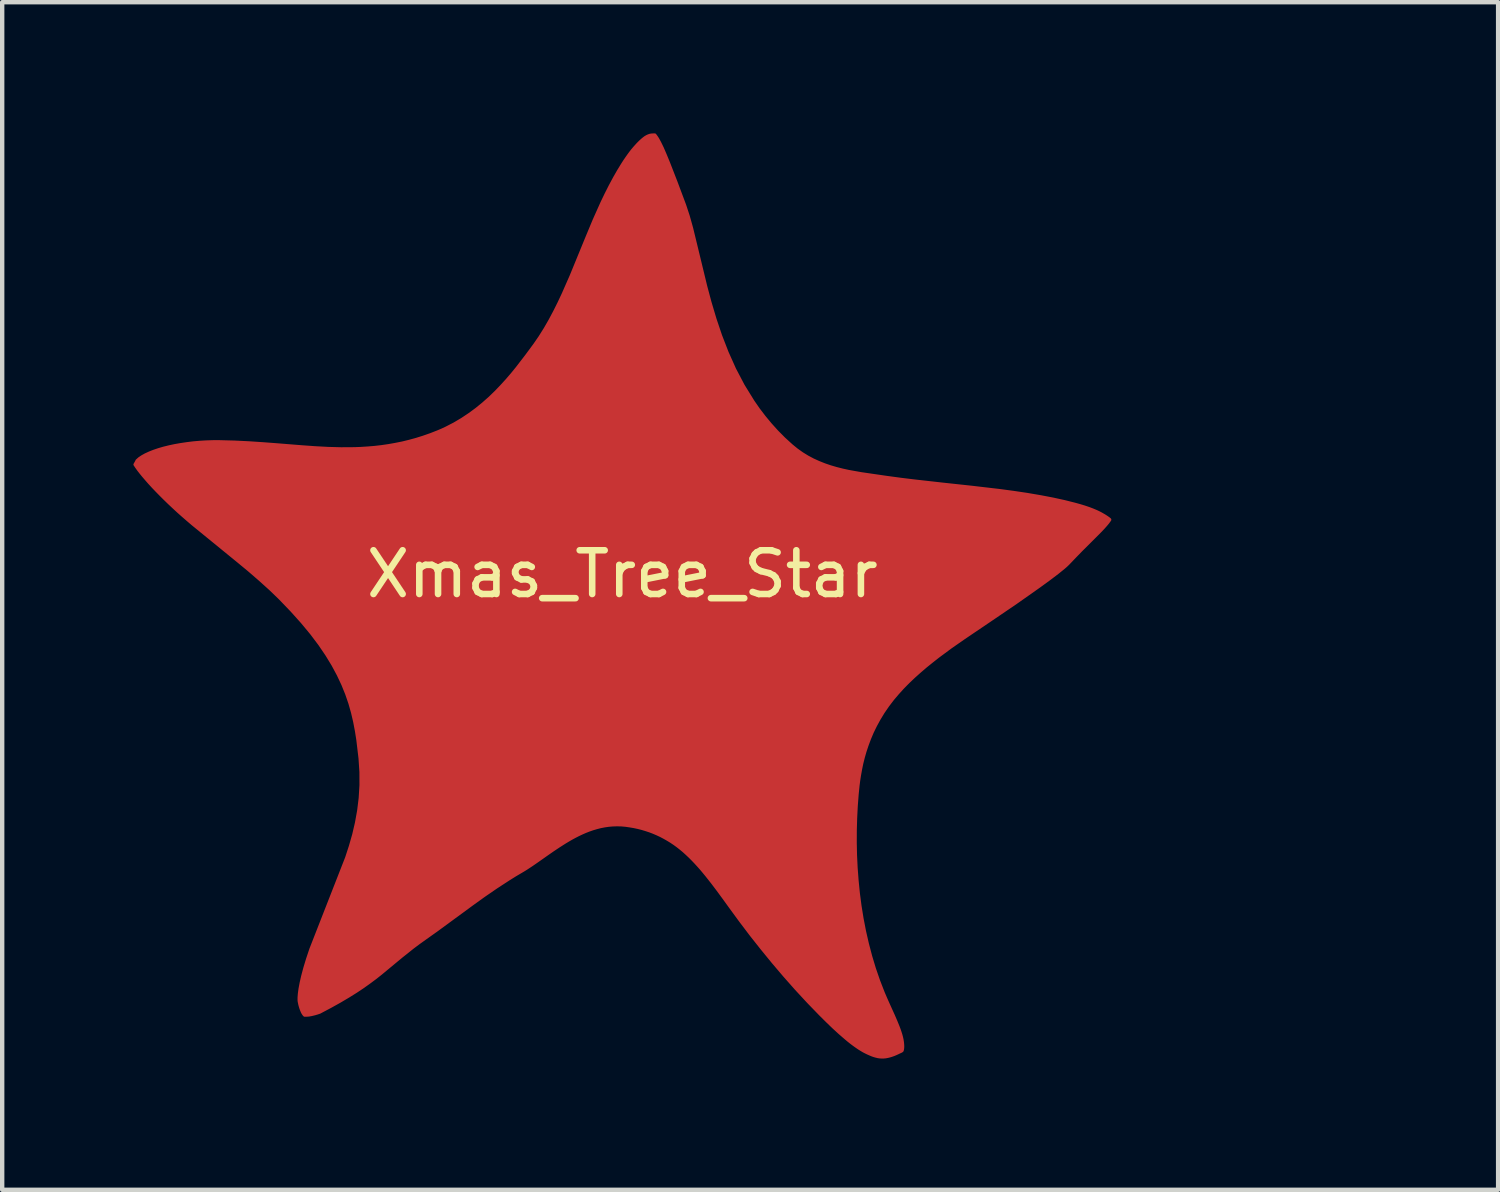
<source format=kicad_pcb>
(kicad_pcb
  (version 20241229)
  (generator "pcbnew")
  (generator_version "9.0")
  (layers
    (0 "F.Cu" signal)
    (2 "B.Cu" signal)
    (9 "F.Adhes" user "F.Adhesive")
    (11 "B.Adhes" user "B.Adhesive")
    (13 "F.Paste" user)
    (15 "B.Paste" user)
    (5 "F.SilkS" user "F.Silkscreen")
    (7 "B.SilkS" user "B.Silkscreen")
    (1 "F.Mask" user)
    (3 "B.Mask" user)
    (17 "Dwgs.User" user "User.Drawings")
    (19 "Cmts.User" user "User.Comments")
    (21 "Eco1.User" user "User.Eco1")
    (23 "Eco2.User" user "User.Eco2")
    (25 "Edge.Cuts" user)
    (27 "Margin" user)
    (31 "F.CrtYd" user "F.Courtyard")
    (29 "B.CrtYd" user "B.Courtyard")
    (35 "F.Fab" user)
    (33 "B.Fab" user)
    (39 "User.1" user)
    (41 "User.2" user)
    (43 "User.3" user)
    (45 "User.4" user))
  (footprint "Xmas_Tree_Star"
    (layer "F.Cu")
    (at 11.178 10.574)
    (property "Reference" "Xmas_Tree_Star" (at 0 -0.5 0) (unlocked yes) (layer "F.SilkS") (effects (font (size 1 1) (thickness 0.15))))
    (attr board_only exclude_from_pos_files exclude_from_bom allow_missing_courtyard)
    (fp_poly (pts (xy 11.14 -1.744) (xy 11.139 -1.743) (xy 11.139 -1.743) (xy 11.139 -1.743) (xy 11.139 -1.743) (xy 11.139 -1.743) (xy 11.139 -1.743) (xy 11.139 -1.743) (xy 11.139 -1.743) (xy 11.139 -1.743) (xy 11.14 -1.744) (xy 11.14 -1.744)) (stroke (width 0.076) (type solid)) (fill yes) (layer "F.Cu"))
    (fp_poly (pts (xy 16.981 3.912) (xy 16.98 3.913) (xy 16.98 3.913) (xy 16.98 3.913) (xy 16.98 3.913) (xy 16.98 3.913) (xy 16.98 3.913) (xy 16.98 3.913) (xy 16.98 3.913) (xy 16.98 3.913) (xy 16.981 3.912) (xy 16.981 3.912)) (stroke (width 0.076) (type solid)) (fill yes) (layer "F.Cu"))
    (fp_poly (pts (xy 0.729 -10.536) (xy 0.732 -10.536) (xy 0.741 -10.536) (xy 0.752 -10.52) (xy 0.759 -10.512) (xy 0.765 -10.503) (xy 0.773 -10.492) (xy 0.781 -10.48) (xy 0.791 -10.465) (xy 0.802 -10.448) (xy 0.85 -10.36) (xy 0.909 -10.239) (xy 0.975 -10.086) (xy 1.05 -9.904) (xy 1.222 -9.462) (xy 1.421 -8.93) (xy 1.502 -8.684) (xy 1.579 -8.409) (xy 1.731 -7.783) (xy 1.901 -7.081) (xy 2 -6.711) (xy 2.113 -6.332) (xy 2.242 -5.949) (xy 2.391 -5.565) (xy 2.562 -5.183) (xy 2.759 -4.808) (xy 2.985 -4.442) (xy 3.109 -4.263) (xy 3.242 -4.089) (xy 3.384 -3.918) (xy 3.534 -3.752) (xy 3.694 -3.591) (xy 3.864 -3.436) (xy 3.983 -3.339) (xy 4.104 -3.253) (xy 4.229 -3.176) (xy 4.357 -3.108) (xy 4.487 -3.049) (xy 4.62 -2.996) (xy 4.755 -2.95) (xy 4.892 -2.91) (xy 5.03 -2.875) (xy 5.171 -2.844) (xy 5.456 -2.793) (xy 6.04 -2.708) (xy 6.35 -2.666) (xy 6.668 -2.627) (xy 7.319 -2.554) (xy 7.978 -2.483) (xy 8.629 -2.407) (xy 8.947 -2.364) (xy 9.256 -2.318) (xy 9.554 -2.267) (xy 9.837 -2.213) (xy 10.102 -2.155) (xy 10.344 -2.094) (xy 10.456 -2.063) (xy 10.561 -2.031) (xy 10.659 -1.998) (xy 10.749 -1.964) (xy 10.789 -1.947) (xy 10.828 -1.931) (xy 10.864 -1.914) (xy 10.899 -1.897) (xy 10.932 -1.88) (xy 10.962 -1.863) (xy 10.99 -1.847) (xy 11.016 -1.832) (xy 11.04 -1.817) (xy 11.061 -1.803) (xy 11.081 -1.79) (xy 11.097 -1.778) (xy 11.112 -1.768) (xy 11.123 -1.758) (xy 11.133 -1.751) (xy 11.139 -1.745) (xy 11.139 -1.745) (xy 11.139 -1.745) (xy 11.139 -1.745) (xy 11.139 -1.745) (xy 11.139 -1.745) (xy 11.139 -1.745) (xy 11.139 -1.744) (xy 11.139 -1.744) (xy 11.139 -1.743) (xy 11.137 -1.741) (xy 11.124 -1.721) (xy 11.111 -1.704) (xy 11.095 -1.682) (xy 11.074 -1.656) (xy 11.047 -1.624) (xy 10.992 -1.562) (xy 10.92 -1.486) (xy 10.727 -1.293) (xy 10.48 -1.046) (xy 10.34 -0.902) (xy 10.19 -0.745) (xy 10.149 -0.705) (xy 10.095 -0.657) (xy 9.948 -0.538) (xy 9.756 -0.392) (xy 9.528 -0.226) (xy 8.993 0.151) (xy 8.403 0.552) (xy 7.801 0.959) (xy 7.501 1.168) (xy 7.208 1.385) (xy 7.066 1.497) (xy 6.926 1.61) (xy 6.79 1.727) (xy 6.657 1.846) (xy 6.53 1.967) (xy 6.407 2.092) (xy 6.29 2.221) (xy 6.178 2.353) (xy 6.062 2.505) (xy 5.958 2.657) (xy 5.865 2.81) (xy 5.782 2.962) (xy 5.709 3.112) (xy 5.646 3.261) (xy 5.591 3.408) (xy 5.543 3.552) (xy 5.503 3.692) (xy 5.469 3.828) (xy 5.442 3.96) (xy 5.419 4.087) (xy 5.4 4.208) (xy 5.385 4.322) (xy 5.364 4.53) (xy 5.343 4.801) (xy 5.329 5.076) (xy 5.321 5.356) (xy 5.32 5.639) (xy 5.326 5.925) (xy 5.34 6.214) (xy 5.362 6.504) (xy 5.391 6.795) (xy 5.429 7.086) (xy 5.476 7.377) (xy 5.532 7.666) (xy 5.598 7.954) (xy 5.673 8.239) (xy 5.758 8.521) (xy 5.854 8.799) (xy 5.96 9.072) (xy 6.015 9.2) (xy 6.073 9.331) (xy 6.193 9.596) (xy 6.249 9.726) (xy 6.3 9.851) (xy 6.323 9.912) (xy 6.343 9.971) (xy 6.361 10.028) (xy 6.376 10.083) (xy 6.382 10.11) (xy 6.388 10.135) (xy 6.392 10.16) (xy 6.396 10.183) (xy 6.399 10.206) (xy 6.401 10.227) (xy 6.403 10.246) (xy 6.404 10.265) (xy 6.405 10.282) (xy 6.405 10.298) (xy 6.405 10.313) (xy 6.404 10.326) (xy 6.403 10.337) (xy 6.402 10.347) (xy 6.401 10.356) (xy 6.399 10.363) (xy 6.398 10.368) (xy 6.397 10.373) (xy 6.396 10.38) (xy 6.395 10.383) (xy 6.395 10.386) (xy 6.393 10.389) (xy 6.391 10.392) (xy 6.388 10.394) (xy 6.384 10.397) (xy 6.378 10.401) (xy 6.371 10.405) (xy 6.363 10.409) (xy 6.352 10.414) (xy 6.323 10.427) (xy 6.317 10.429) (xy 6.311 10.433) (xy 6.255 10.459) (xy 6.203 10.481) (xy 6.152 10.499) (xy 6.105 10.513) (xy 6.059 10.524) (xy 6.014 10.532) (xy 5.971 10.536) (xy 5.929 10.536) (xy 5.887 10.534) (xy 5.845 10.528) (xy 5.802 10.518) (xy 5.759 10.506) (xy 5.715 10.491) (xy 5.669 10.472) (xy 5.621 10.451) (xy 5.571 10.427) (xy 5.518 10.4) (xy 5.464 10.368) (xy 5.408 10.333) (xy 5.351 10.294) (xy 5.291 10.251) (xy 5.23 10.205) (xy 5.167 10.155) (xy 5.103 10.101) (xy 4.969 9.985) (xy 4.828 9.856) (xy 4.681 9.714) (xy 4.528 9.562) (xy 4.249 9.274) (xy 3.976 8.979) (xy 3.709 8.677) (xy 3.448 8.37) (xy 3.193 8.058) (xy 2.943 7.742) (xy 2.7 7.421) (xy 2.463 7.097) (xy 2.323 6.903) (xy 2.188 6.719) (xy 2.057 6.546) (xy 1.929 6.384) (xy 1.865 6.306) (xy 1.802 6.231) (xy 1.737 6.158) (xy 1.673 6.088) (xy 1.608 6.02) (xy 1.542 5.954) (xy 1.475 5.891) (xy 1.407 5.829) (xy 1.337 5.771) (xy 1.265 5.714) (xy 1.192 5.661) (xy 1.116 5.61) (xy 1.039 5.563) (xy 0.96 5.518) (xy 0.88 5.476) (xy 0.797 5.437) (xy 0.713 5.401) (xy 0.627 5.368) (xy 0.539 5.339) (xy 0.45 5.312) (xy 0.359 5.289) (xy 0.266 5.269) (xy 0.171 5.253) (xy 0.075 5.239) (xy -0.026 5.23) (xy -0.125 5.228) (xy -0.222 5.231) (xy -0.317 5.239) (xy -0.411 5.253) (xy -0.503 5.271) (xy -0.592 5.294) (xy -0.68 5.32) (xy -0.766 5.35) (xy -0.85 5.383) (xy -0.932 5.419) (xy -1.012 5.457) (xy -1.09 5.497) (xy -1.166 5.538) (xy -1.24 5.581) (xy -1.312 5.624) (xy -1.452 5.713) (xy -1.587 5.803) (xy -1.717 5.893) (xy -1.842 5.981) (xy -1.963 6.066) (xy -2.079 6.146) (xy -2.19 6.219) (xy -2.244 6.253) (xy -2.296 6.284) (xy -2.447 6.373) (xy -2.595 6.465) (xy -2.884 6.653) (xy -3.165 6.846) (xy -3.439 7.043) (xy -3.975 7.436) (xy -4.238 7.629) (xy -4.501 7.816) (xy -4.659 7.929) (xy -4.803 8.037) (xy -5.06 8.242) (xy -5.528 8.63) (xy -5.652 8.728) (xy -5.785 8.827) (xy -5.929 8.93) (xy -6.088 9.036) (xy -6.264 9.146) (xy -6.46 9.262) (xy -6.679 9.384) (xy -6.923 9.513) (xy -6.947 9.521) (xy -6.97 9.529) (xy -7 9.538) (xy -7.034 9.548) (xy -7.071 9.557) (xy -7.109 9.566) (xy -7.148 9.573) (xy -7.163 9.576) (xy -7.177 9.577) (xy -7.192 9.579) (xy -7.207 9.579) (xy -7.221 9.58) (xy -7.235 9.58) (xy -7.263 9.581) (xy -7.271 9.572) (xy -7.276 9.567) (xy -7.281 9.561) (xy -7.283 9.558) (xy -7.286 9.554) (xy -7.288 9.55) (xy -7.291 9.546) (xy -7.294 9.542) (xy -7.297 9.536) (xy -7.301 9.531) (xy -7.304 9.525) (xy -7.313 9.508) (xy -7.321 9.489) (xy -7.329 9.47) (xy -7.337 9.45) (xy -7.344 9.43) (xy -7.351 9.41) (xy -7.357 9.389) (xy -7.363 9.369) (xy -7.373 9.33) (xy -7.38 9.295) (xy -7.386 9.265) (xy -7.387 9.253) (xy -7.388 9.243) (xy -7.388 9.177) (xy -7.381 9.089) (xy -7.366 8.979) (xy -7.341 8.845) (xy -7.305 8.688) (xy -7.257 8.508) (xy -7.195 8.303) (xy -7.118 8.073) (xy -6.3 5.982) (xy -6.215 5.721) (xy -6.139 5.455) (xy -6.076 5.184) (xy -6.026 4.907) (xy -5.991 4.621) (xy -5.973 4.327) (xy -5.974 4.023) (xy -5.995 3.708) (xy -6.045 3.287) (xy -6.078 3.079) (xy -6.118 2.87) (xy -6.167 2.661) (xy -6.227 2.45) (xy -6.3 2.237) (xy -6.388 2.02) (xy -6.492 1.799) (xy -6.614 1.572) (xy -6.756 1.339) (xy -6.919 1.099) (xy -7.106 0.851) (xy -7.319 0.594) (xy -7.558 0.328) (xy -7.825 0.05) (xy -8.047 -0.164) (xy -8.283 -0.377) (xy -8.529 -0.59) (xy -8.784 -0.801) (xy -9.816 -1.643) (xy -9.932 -1.742) (xy -10.046 -1.841) (xy -10.156 -1.939) (xy -10.262 -2.037) (xy -10.365 -2.134) (xy -10.463 -2.229) (xy -10.556 -2.322) (xy -10.645 -2.413) (xy -10.729 -2.501) (xy -10.807 -2.586) (xy -10.879 -2.668) (xy -10.945 -2.745) (xy -11.004 -2.817) (xy -11.057 -2.885) (xy -11.102 -2.948) (xy -11.14 -3.005) (xy -11.122 -3.036) (xy -11.114 -3.051) (xy -11.106 -3.064) (xy -11.1 -3.076) (xy -11.096 -3.084) (xy -11.095 -3.087) (xy -11.094 -3.089) (xy -11.094 -3.089) (xy -11.094 -3.089) (xy -11.094 -3.089) (xy -11.095 -3.089) (xy -11.095 -3.09) (xy -11.043 -3.137) (xy -10.978 -3.181) (xy -10.901 -3.224) (xy -10.812 -3.265) (xy -10.714 -3.304) (xy -10.605 -3.341) (xy -10.489 -3.375) (xy -10.364 -3.406) (xy -10.233 -3.434) (xy -10.097 -3.458) (xy -9.955 -3.479) (xy -9.81 -3.497) (xy -9.661 -3.51) (xy -9.51 -3.519) (xy -9.359 -3.524) (xy -9.207 -3.524) (xy -8.867 -3.515) (xy -8.541 -3.499) (xy -8.225 -3.478) (xy -7.917 -3.455) (xy -7.318 -3.407) (xy -7.023 -3.386) (xy -6.728 -3.37) (xy -6.428 -3.362) (xy -6.124 -3.364) (xy -5.971 -3.37) (xy -5.817 -3.38) (xy -5.661 -3.393) (xy -5.505 -3.411) (xy -5.348 -3.434) (xy -5.189 -3.462) (xy -5.03 -3.494) (xy -4.87 -3.533) (xy -4.709 -3.577) (xy -4.547 -3.628) (xy -4.384 -3.685) (xy -4.22 -3.749) (xy -4.121 -3.791) (xy -4.025 -3.836) (xy -3.839 -3.932) (xy -3.662 -4.037) (xy -3.494 -4.149) (xy -3.333 -4.267) (xy -3.181 -4.391) (xy -3.035 -4.52) (xy -2.897 -4.653) (xy -2.766 -4.789) (xy -2.641 -4.926) (xy -2.521 -5.065) (xy -2.408 -5.204) (xy -2.196 -5.479) (xy -2.001 -5.743) (xy -1.88 -5.919) (xy -1.764 -6.104) (xy -1.654 -6.295) (xy -1.549 -6.492) (xy -1.448 -6.694) (xy -1.351 -6.9) (xy -1.166 -7.321) (xy -0.816 -8.175) (xy -0.642 -8.593) (xy -0.462 -8.995) (xy -0.369 -9.188) (xy -0.275 -9.374) (xy -0.18 -9.551) (xy -0.085 -9.717) (xy 0.009 -9.87) (xy 0.055 -9.942) (xy 0.101 -10.009) (xy 0.146 -10.073) (xy 0.19 -10.133) (xy 0.233 -10.188) (xy 0.276 -10.239) (xy 0.318 -10.286) (xy 0.357 -10.329) (xy 0.394 -10.366) (xy 0.411 -10.383) (xy 0.428 -10.398) (xy 0.444 -10.413) (xy 0.459 -10.426) (xy 0.474 -10.439) (xy 0.488 -10.45) (xy 0.502 -10.461) (xy 0.515 -10.471) (xy 0.528 -10.48) (xy 0.541 -10.488) (xy 0.553 -10.495) (xy 0.564 -10.501) (xy 0.576 -10.507) (xy 0.587 -10.512) (xy 0.597 -10.516) (xy 0.608 -10.52) (xy 0.618 -10.524) (xy 0.628 -10.527) (xy 0.647 -10.531) (xy 0.666 -10.534) (xy 0.684 -10.535) (xy 0.702 -10.536) (xy 0.718 -10.536) (xy 0.723 -10.536) (xy 0.726 -10.536)) (stroke (width 0.076) (type solid)) (fill yes) (layer "F.Cu"))
    (fp_poly (pts (xy 11.14 -1.744) (xy 11.139 -1.743) (xy 11.139 -1.743) (xy 11.139 -1.743) (xy 11.139 -1.743) (xy 11.139 -1.743) (xy 11.139 -1.743) (xy 11.139 -1.743) (xy 11.139 -1.743) (xy 11.139 -1.743) (xy 11.14 -1.744) (xy 11.14 -1.744)) (stroke (width 0.076) (type solid)) (fill yes) (layer "F.Mask"))
    (fp_poly (pts (xy 0.729 -10.536) (xy 0.732 -10.536) (xy 0.741 -10.536) (xy 0.752 -10.52) (xy 0.759 -10.512) (xy 0.765 -10.503) (xy 0.773 -10.492) (xy 0.781 -10.48) (xy 0.791 -10.465) (xy 0.802 -10.448) (xy 0.85 -10.36) (xy 0.909 -10.239) (xy 0.975 -10.086) (xy 1.05 -9.904) (xy 1.222 -9.462) (xy 1.421 -8.93) (xy 1.502 -8.684) (xy 1.579 -8.409) (xy 1.731 -7.783) (xy 1.901 -7.081) (xy 2 -6.711) (xy 2.113 -6.332) (xy 2.242 -5.949) (xy 2.391 -5.565) (xy 2.562 -5.183) (xy 2.759 -4.808) (xy 2.985 -4.442) (xy 3.109 -4.263) (xy 3.242 -4.089) (xy 3.384 -3.918) (xy 3.534 -3.752) (xy 3.694 -3.591) (xy 3.864 -3.436) (xy 3.983 -3.339) (xy 4.104 -3.253) (xy 4.229 -3.176) (xy 4.357 -3.108) (xy 4.487 -3.049) (xy 4.62 -2.996) (xy 4.755 -2.95) (xy 4.892 -2.91) (xy 5.03 -2.875) (xy 5.171 -2.844) (xy 5.456 -2.793) (xy 6.04 -2.708) (xy 6.35 -2.666) (xy 6.668 -2.627) (xy 7.319 -2.554) (xy 7.978 -2.483) (xy 8.629 -2.407) (xy 8.947 -2.364) (xy 9.256 -2.318) (xy 9.554 -2.267) (xy 9.837 -2.213) (xy 10.102 -2.155) (xy 10.344 -2.094) (xy 10.456 -2.063) (xy 10.561 -2.031) (xy 10.659 -1.998) (xy 10.749 -1.964) (xy 10.789 -1.947) (xy 10.828 -1.931) (xy 10.864 -1.914) (xy 10.899 -1.897) (xy 10.932 -1.88) (xy 10.962 -1.863) (xy 10.99 -1.847) (xy 11.016 -1.832) (xy 11.04 -1.817) (xy 11.061 -1.803) (xy 11.081 -1.79) (xy 11.097 -1.778) (xy 11.112 -1.768) (xy 11.123 -1.758) (xy 11.133 -1.751) (xy 11.139 -1.745) (xy 11.139 -1.745) (xy 11.139 -1.745) (xy 11.139 -1.745) (xy 11.139 -1.745) (xy 11.139 -1.745) (xy 11.139 -1.745) (xy 11.139 -1.744) (xy 11.139 -1.744) (xy 11.139 -1.743) (xy 11.137 -1.741) (xy 11.124 -1.721) (xy 11.111 -1.704) (xy 11.095 -1.682) (xy 11.074 -1.656) (xy 11.047 -1.624) (xy 10.992 -1.562) (xy 10.92 -1.486) (xy 10.727 -1.293) (xy 10.48 -1.046) (xy 10.34 -0.902) (xy 10.19 -0.745) (xy 10.149 -0.705) (xy 10.095 -0.657) (xy 9.948 -0.538) (xy 9.756 -0.392) (xy 9.528 -0.226) (xy 8.993 0.151) (xy 8.403 0.552) (xy 7.801 0.959) (xy 7.501 1.168) (xy 7.208 1.385) (xy 7.066 1.497) (xy 6.926 1.61) (xy 6.79 1.727) (xy 6.657 1.846) (xy 6.53 1.967) (xy 6.407 2.092) (xy 6.29 2.221) (xy 6.178 2.353) (xy 6.062 2.505) (xy 5.958 2.657) (xy 5.865 2.81) (xy 5.782 2.962) (xy 5.709 3.112) (xy 5.646 3.261) (xy 5.591 3.408) (xy 5.543 3.552) (xy 5.503 3.692) (xy 5.469 3.828) (xy 5.442 3.96) (xy 5.419 4.087) (xy 5.4 4.208) (xy 5.385 4.322) (xy 5.364 4.53) (xy 5.343 4.801) (xy 5.329 5.076) (xy 5.321 5.356) (xy 5.32 5.639) (xy 5.326 5.925) (xy 5.34 6.214) (xy 5.362 6.504) (xy 5.391 6.795) (xy 5.429 7.086) (xy 5.476 7.377) (xy 5.532 7.666) (xy 5.598 7.954) (xy 5.673 8.239) (xy 5.758 8.521) (xy 5.854 8.799) (xy 5.96 9.072) (xy 6.015 9.2) (xy 6.073 9.331) (xy 6.193 9.596) (xy 6.249 9.726) (xy 6.3 9.851) (xy 6.323 9.912) (xy 6.343 9.971) (xy 6.361 10.028) (xy 6.376 10.083) (xy 6.382 10.11) (xy 6.388 10.135) (xy 6.392 10.16) (xy 6.396 10.183) (xy 6.399 10.206) (xy 6.401 10.227) (xy 6.403 10.246) (xy 6.404 10.265) (xy 6.405 10.282) (xy 6.405 10.298) (xy 6.405 10.313) (xy 6.404 10.326) (xy 6.403 10.337) (xy 6.402 10.347) (xy 6.401 10.356) (xy 6.399 10.363) (xy 6.398 10.368) (xy 6.397 10.373) (xy 6.396 10.38) (xy 6.395 10.383) (xy 6.395 10.386) (xy 6.393 10.389) (xy 6.391 10.392) (xy 6.388 10.394) (xy 6.384 10.397) (xy 6.378 10.401) (xy 6.371 10.405) (xy 6.363 10.409) (xy 6.352 10.414) (xy 6.323 10.427) (xy 6.317 10.429) (xy 6.311 10.433) (xy 6.255 10.459) (xy 6.203 10.481) (xy 6.152 10.499) (xy 6.105 10.513) (xy 6.059 10.524) (xy 6.014 10.532) (xy 5.971 10.536) (xy 5.929 10.536) (xy 5.887 10.534) (xy 5.845 10.528) (xy 5.802 10.518) (xy 5.759 10.506) (xy 5.715 10.491) (xy 5.669 10.472) (xy 5.621 10.451) (xy 5.571 10.427) (xy 5.518 10.4) (xy 5.464 10.368) (xy 5.408 10.333) (xy 5.351 10.294) (xy 5.291 10.251) (xy 5.23 10.205) (xy 5.167 10.155) (xy 5.103 10.101) (xy 4.969 9.985) (xy 4.828 9.856) (xy 4.681 9.714) (xy 4.528 9.562) (xy 4.249 9.274) (xy 3.976 8.979) (xy 3.709 8.677) (xy 3.448 8.37) (xy 3.193 8.058) (xy 2.943 7.742) (xy 2.7 7.421) (xy 2.463 7.097) (xy 2.323 6.903) (xy 2.188 6.719) (xy 2.057 6.546) (xy 1.929 6.384) (xy 1.865 6.306) (xy 1.802 6.231) (xy 1.737 6.158) (xy 1.673 6.088) (xy 1.608 6.02) (xy 1.542 5.954) (xy 1.475 5.891) (xy 1.407 5.829) (xy 1.337 5.771) (xy 1.265 5.714) (xy 1.192 5.661) (xy 1.116 5.61) (xy 1.039 5.563) (xy 0.96 5.518) (xy 0.88 5.476) (xy 0.797 5.437) (xy 0.713 5.401) (xy 0.627 5.368) (xy 0.539 5.339) (xy 0.45 5.312) (xy 0.359 5.289) (xy 0.266 5.269) (xy 0.171 5.253) (xy 0.075 5.239) (xy -0.026 5.23) (xy -0.125 5.228) (xy -0.222 5.231) (xy -0.317 5.239) (xy -0.411 5.253) (xy -0.503 5.271) (xy -0.592 5.294) (xy -0.68 5.32) (xy -0.766 5.35) (xy -0.85 5.383) (xy -0.932 5.419) (xy -1.012 5.457) (xy -1.09 5.497) (xy -1.166 5.538) (xy -1.24 5.581) (xy -1.312 5.624) (xy -1.452 5.713) (xy -1.587 5.803) (xy -1.717 5.893) (xy -1.842 5.981) (xy -1.963 6.066) (xy -2.079 6.146) (xy -2.19 6.219) (xy -2.244 6.253) (xy -2.296 6.284) (xy -2.447 6.373) (xy -2.595 6.465) (xy -2.884 6.653) (xy -3.165 6.846) (xy -3.439 7.043) (xy -3.975 7.436) (xy -4.238 7.629) (xy -4.501 7.816) (xy -4.659 7.929) (xy -4.803 8.037) (xy -5.06 8.242) (xy -5.528 8.63) (xy -5.652 8.728) (xy -5.785 8.827) (xy -5.929 8.93) (xy -6.088 9.036) (xy -6.264 9.146) (xy -6.46 9.262) (xy -6.679 9.384) (xy -6.923 9.513) (xy -6.947 9.521) (xy -6.97 9.529) (xy -7 9.538) (xy -7.034 9.548) (xy -7.071 9.557) (xy -7.109 9.566) (xy -7.148 9.573) (xy -7.163 9.576) (xy -7.177 9.577) (xy -7.192 9.579) (xy -7.207 9.579) (xy -7.221 9.58) (xy -7.235 9.58) (xy -7.263 9.581) (xy -7.271 9.572) (xy -7.276 9.567) (xy -7.281 9.561) (xy -7.283 9.558) (xy -7.286 9.554) (xy -7.288 9.55) (xy -7.291 9.546) (xy -7.294 9.542) (xy -7.297 9.536) (xy -7.301 9.531) (xy -7.304 9.525) (xy -7.313 9.508) (xy -7.321 9.489) (xy -7.329 9.47) (xy -7.337 9.45) (xy -7.344 9.43) (xy -7.351 9.41) (xy -7.357 9.389) (xy -7.363 9.369) (xy -7.373 9.33) (xy -7.38 9.295) (xy -7.386 9.265) (xy -7.387 9.253) (xy -7.388 9.243) (xy -7.388 9.177) (xy -7.381 9.089) (xy -7.366 8.979) (xy -7.341 8.845) (xy -7.305 8.688) (xy -7.257 8.508) (xy -7.195 8.303) (xy -7.118 8.073) (xy -6.3 5.982) (xy -6.215 5.721) (xy -6.139 5.455) (xy -6.076 5.184) (xy -6.026 4.907) (xy -5.991 4.621) (xy -5.973 4.327) (xy -5.974 4.023) (xy -5.995 3.708) (xy -6.045 3.287) (xy -6.078 3.079) (xy -6.118 2.87) (xy -6.167 2.661) (xy -6.227 2.45) (xy -6.3 2.237) (xy -6.388 2.02) (xy -6.492 1.799) (xy -6.614 1.572) (xy -6.756 1.339) (xy -6.919 1.099) (xy -7.106 0.851) (xy -7.319 0.594) (xy -7.558 0.328) (xy -7.825 0.05) (xy -8.047 -0.164) (xy -8.283 -0.377) (xy -8.529 -0.59) (xy -8.784 -0.801) (xy -9.816 -1.643) (xy -9.932 -1.742) (xy -10.046 -1.841) (xy -10.156 -1.939) (xy -10.262 -2.037) (xy -10.365 -2.134) (xy -10.463 -2.229) (xy -10.556 -2.322) (xy -10.645 -2.413) (xy -10.729 -2.501) (xy -10.807 -2.586) (xy -10.879 -2.668) (xy -10.945 -2.745) (xy -11.004 -2.817) (xy -11.057 -2.885) (xy -11.102 -2.948) (xy -11.14 -3.005) (xy -11.122 -3.036) (xy -11.114 -3.051) (xy -11.106 -3.064) (xy -11.1 -3.076) (xy -11.096 -3.084) (xy -11.095 -3.087) (xy -11.094 -3.089) (xy -11.094 -3.089) (xy -11.094 -3.089) (xy -11.094 -3.089) (xy -11.095 -3.089) (xy -11.095 -3.09) (xy -11.043 -3.137) (xy -10.978 -3.181) (xy -10.901 -3.224) (xy -10.812 -3.265) (xy -10.714 -3.304) (xy -10.605 -3.341) (xy -10.489 -3.375) (xy -10.364 -3.406) (xy -10.233 -3.434) (xy -10.097 -3.458) (xy -9.955 -3.479) (xy -9.81 -3.497) (xy -9.661 -3.51) (xy -9.51 -3.519) (xy -9.359 -3.524) (xy -9.207 -3.524) (xy -8.867 -3.515) (xy -8.541 -3.499) (xy -8.225 -3.478) (xy -7.917 -3.455) (xy -7.318 -3.407) (xy -7.023 -3.386) (xy -6.728 -3.37) (xy -6.428 -3.362) (xy -6.124 -3.364) (xy -5.971 -3.37) (xy -5.817 -3.38) (xy -5.661 -3.393) (xy -5.505 -3.411) (xy -5.348 -3.434) (xy -5.189 -3.462) (xy -5.03 -3.494) (xy -4.87 -3.533) (xy -4.709 -3.577) (xy -4.547 -3.628) (xy -4.384 -3.685) (xy -4.22 -3.749) (xy -4.121 -3.791) (xy -4.025 -3.836) (xy -3.839 -3.932) (xy -3.662 -4.037) (xy -3.494 -4.149) (xy -3.333 -4.267) (xy -3.181 -4.391) (xy -3.035 -4.52) (xy -2.897 -4.653) (xy -2.766 -4.789) (xy -2.641 -4.926) (xy -2.521 -5.065) (xy -2.408 -5.204) (xy -2.196 -5.479) (xy -2.001 -5.743) (xy -1.88 -5.919) (xy -1.764 -6.104) (xy -1.654 -6.295) (xy -1.549 -6.492) (xy -1.448 -6.694) (xy -1.351 -6.9) (xy -1.166 -7.321) (xy -0.816 -8.175) (xy -0.642 -8.593) (xy -0.462 -8.995) (xy -0.369 -9.188) (xy -0.275 -9.374) (xy -0.18 -9.551) (xy -0.085 -9.717) (xy 0.009 -9.87) (xy 0.055 -9.942) (xy 0.101 -10.009) (xy 0.146 -10.073) (xy 0.19 -10.133) (xy 0.233 -10.188) (xy 0.276 -10.239) (xy 0.318 -10.286) (xy 0.357 -10.329) (xy 0.394 -10.366) (xy 0.411 -10.383) (xy 0.428 -10.398) (xy 0.444 -10.413) (xy 0.459 -10.426) (xy 0.474 -10.439) (xy 0.488 -10.45) (xy 0.502 -10.461) (xy 0.515 -10.471) (xy 0.528 -10.48) (xy 0.541 -10.488) (xy 0.553 -10.495) (xy 0.564 -10.501) (xy 0.576 -10.507) (xy 0.587 -10.512) (xy 0.597 -10.516) (xy 0.608 -10.52) (xy 0.618 -10.524) (xy 0.628 -10.527) (xy 0.647 -10.531) (xy 0.666 -10.534) (xy 0.684 -10.535) (xy 0.702 -10.536) (xy 0.718 -10.536) (xy 0.723 -10.536) (xy 0.726 -10.536)) (stroke (width 0.076) (type solid)) (fill yes) (layer "F.Mask")))
  (gr_rect
    (start -3 -3)
    (end 31.197 24.149)
    (stroke (width 0.1) (type default))
    (fill no)
    (layer "Edge.Cuts")))
</source>
